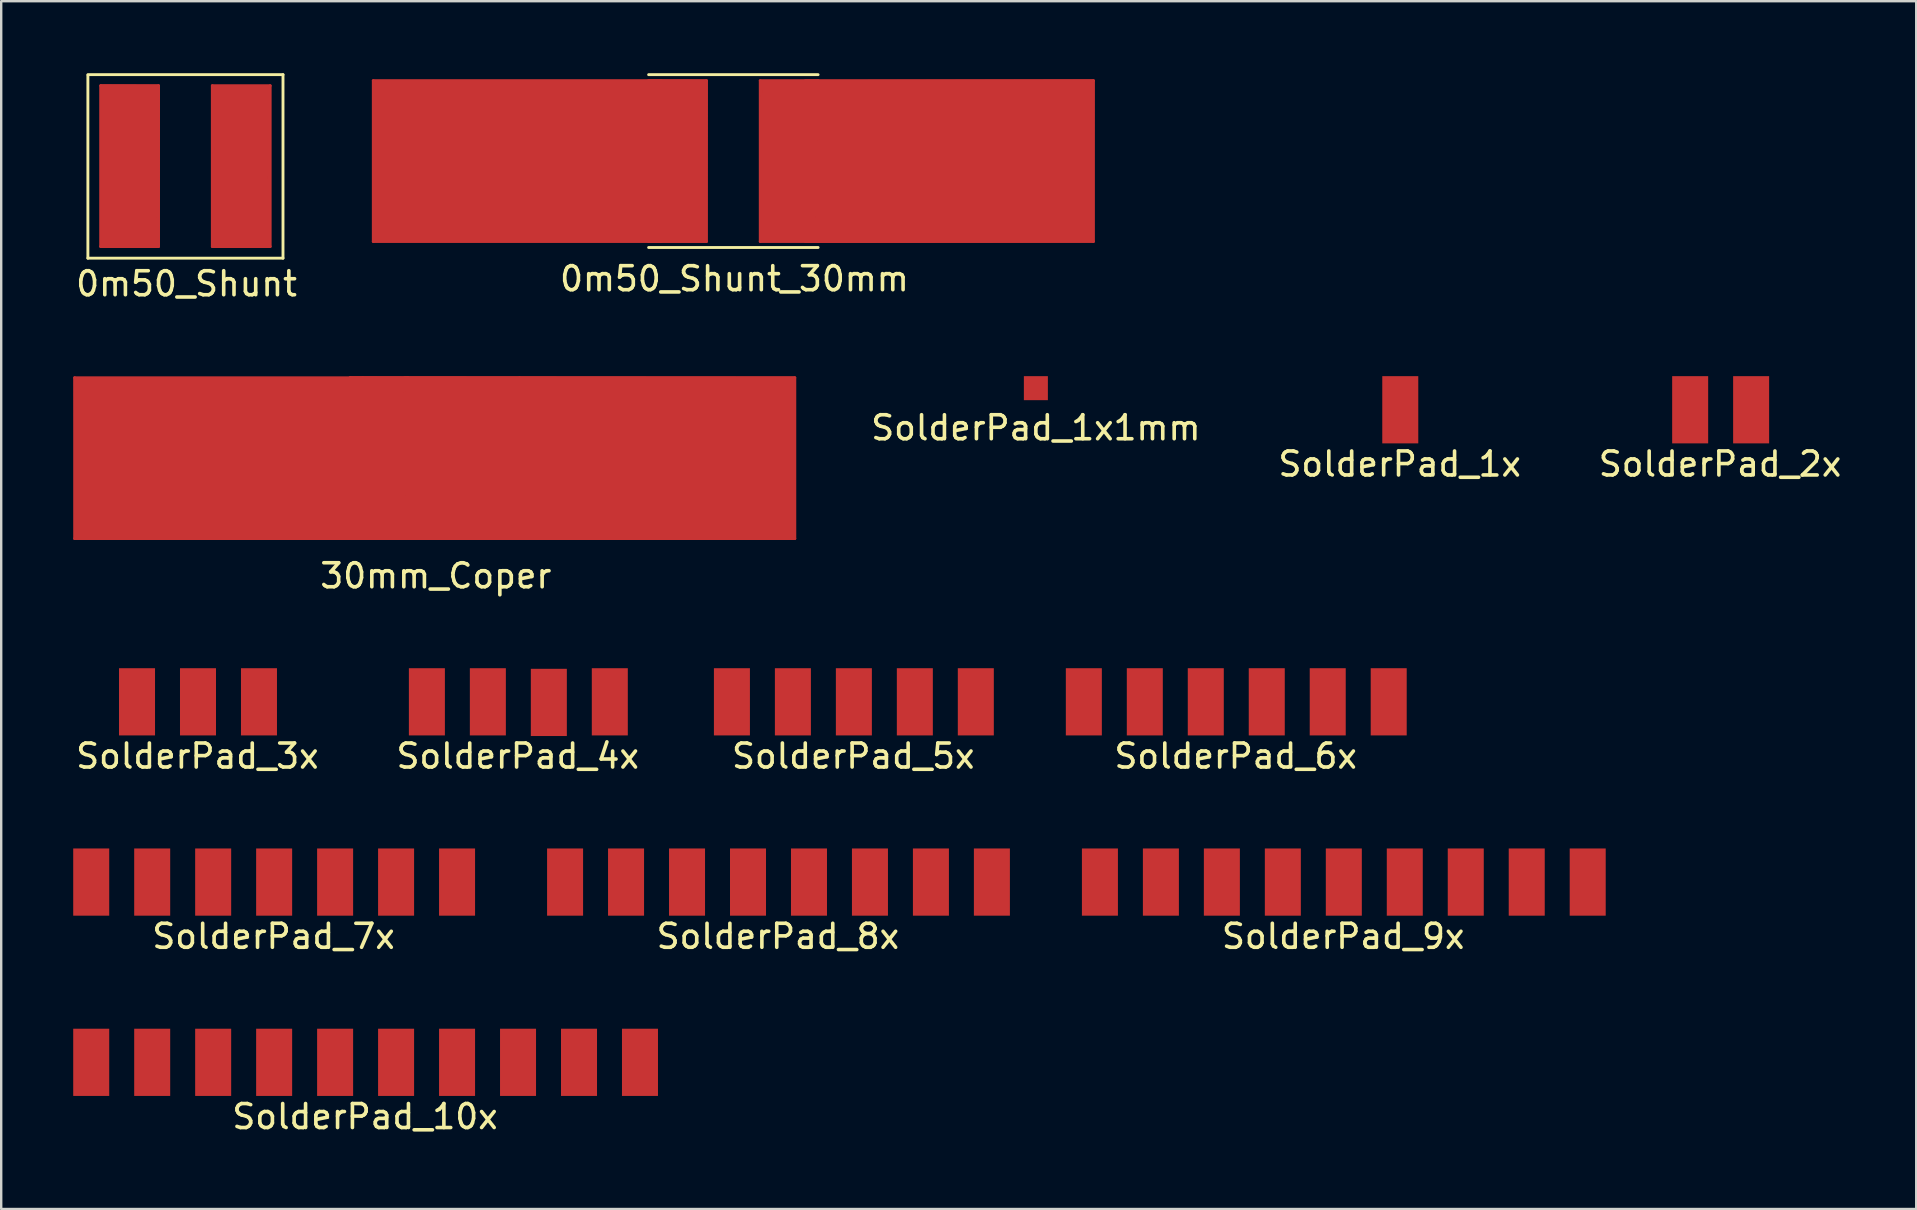
<source format=kicad_pcb>
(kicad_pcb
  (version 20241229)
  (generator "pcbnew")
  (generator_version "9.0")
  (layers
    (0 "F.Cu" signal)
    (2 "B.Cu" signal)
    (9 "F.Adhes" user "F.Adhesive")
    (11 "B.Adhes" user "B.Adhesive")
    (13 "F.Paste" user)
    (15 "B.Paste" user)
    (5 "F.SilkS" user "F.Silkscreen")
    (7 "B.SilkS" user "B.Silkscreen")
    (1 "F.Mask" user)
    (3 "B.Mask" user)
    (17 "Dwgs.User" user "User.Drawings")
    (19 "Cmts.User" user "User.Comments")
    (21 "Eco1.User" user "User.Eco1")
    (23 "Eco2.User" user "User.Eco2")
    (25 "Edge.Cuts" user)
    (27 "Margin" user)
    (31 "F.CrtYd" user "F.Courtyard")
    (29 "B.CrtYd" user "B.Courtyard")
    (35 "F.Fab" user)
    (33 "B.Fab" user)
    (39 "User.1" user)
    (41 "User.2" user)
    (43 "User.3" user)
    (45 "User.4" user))
  (footprint "SolderPad_1x1mm"
    (layer "F.Cu")
    (at 40.102 13.12)
    (property "Reference" "SolderPad_1x1mm" (at 0 1.651 0) (layer "F.SilkS") (effects (font (size 1 1) (thickness 0.15))))
    (attr through_hole)
    (pad "1" smd rect (at 0 0) (size 1 1) (layers "F.Cu" "F.Mask" "F.Paste")))
  (footprint "SolderPad_8x"
    (layer "F.Cu")
    (at 29.38 33.695)
    (property "Reference" "SolderPad_8x" (at -0.025 2.261 0) (layer "F.SilkS") (effects (font (size 1 1) (thickness 0.15))))
    (attr through_hole)
    (pad "1" smd rect (at -8.89 0) (size 1.5 2.8) (layers "F.Cu" "F.Mask" "F.Paste"))
    (pad "2" smd rect (at -6.35 0) (size 1.5 2.8) (layers "F.Cu" "F.Mask" "F.Paste"))
    (pad "3" smd rect (at -3.81 0) (size 1.5 2.8) (layers "F.Cu" "F.Mask" "F.Paste"))
    (pad "4" smd rect (at -1.27 0) (size 1.5 2.8) (layers "F.Cu" "F.Mask" "F.Paste"))
    (pad "5" smd rect (at 1.27 0) (size 1.5 2.8) (layers "F.Cu" "F.Mask" "F.Paste"))
    (pad "6" smd rect (at 3.81 0) (size 1.5 2.8) (layers "F.Cu" "F.Mask" "F.Paste"))
    (pad "7" smd rect (at 6.35 0) (size 1.5 2.8) (layers "F.Cu" "F.Mask" "F.Paste"))
    (pad "8" smd rect (at 8.89 0) (size 1.5 2.8) (layers "F.Cu" "F.Mask" "F.Paste")))
  (footprint "SolderPad_4x"
    (layer "F.Cu")
    (at 18.543 26.186)
    (property "Reference" "SolderPad_4x" (at -0.025 2.261 0) (layer "F.SilkS") (effects (font (size 1 1) (thickness 0.15))))
    (attr through_hole)
    (pad "1" smd rect (at -3.81 0) (size 1.5 2.8) (layers "F.Cu" "F.Mask" "F.Paste"))
    (pad "2" smd rect (at -1.27 0) (size 1.5 2.8) (layers "F.Cu" "F.Mask" "F.Paste"))
    (pad "3" smd rect (at 1.27 0.025) (size 1.5 2.8) (layers "F.Cu" "F.Mask" "F.Paste"))
    (pad "4" smd rect (at 3.81 0) (size 1.5 2.8) (layers "F.Cu" "F.Mask" "F.Paste")))
  (footprint "SolderPad_1x"
    (layer "F.Cu")
    (at 55.282 14.02)
    (property "Reference" "SolderPad_1x" (at -0.025 2.261 0) (layer "F.SilkS") (effects (font (size 1 1) (thickness 0.15))))
    (attr through_hole)
    (pad "1" smd rect (at 0 0) (size 1.5 2.8) (layers "F.Cu" "F.Mask" "F.Paste")))
  (footprint "SolderPad_2x"
    (layer "F.Cu")
    (at 68.628 14.02)
    (property "Reference" "SolderPad_2x" (at -0.025 2.261 0) (layer "F.SilkS") (effects (font (size 1 1) (thickness 0.15))))
    (attr through_hole)
    (pad "1" smd rect (at -1.27 0) (size 1.5 2.8) (layers "F.Cu" "F.Mask" "F.Paste"))
    (pad "2" smd rect (at 1.27 0) (size 1.5 2.8) (layers "F.Cu" "F.Mask" "F.Paste")))
  (footprint "SolderPad_7x"
    (layer "F.Cu")
    (at 8.37 33.695)
    (property "Reference" "SolderPad_7x" (at -0.025 2.261 0) (layer "F.SilkS") (effects (font (size 1 1) (thickness 0.15))))
    (attr through_hole)
    (pad "1" smd rect (at -7.62 0) (size 1.5 2.8) (layers "F.Cu" "F.Mask" "F.Paste"))
    (pad "2" smd rect (at -5.08 0) (size 1.5 2.8) (layers "F.Cu" "F.Mask" "F.Paste"))
    (pad "3" smd rect (at -2.54 0) (size 1.5 2.8) (layers "F.Cu" "F.Mask" "F.Paste"))
    (pad "4" smd rect (at 0 0) (size 1.5 2.8) (layers "F.Cu" "F.Mask" "F.Paste"))
    (pad "5" smd rect (at 2.54 0) (size 1.5 2.8) (layers "F.Cu" "F.Mask" "F.Paste"))
    (pad "6" smd rect (at 5.08 0) (size 1.5 2.8) (layers "F.Cu" "F.Mask" "F.Paste"))
    (pad "7" smd rect (at 7.62 0) (size 1.5 2.8) (layers "F.Cu" "F.Mask" "F.Paste")))
  (footprint "SolderPad_3x"
    (layer "F.Cu")
    (at 5.198 26.186)
    (property "Reference" "SolderPad_3x" (at -0.025 2.261 0) (layer "F.SilkS") (effects (font (size 1 1) (thickness 0.15))))
    (attr through_hole)
    (pad "1" smd rect (at -2.54 0) (size 1.5 2.8) (layers "F.Cu" "F.Mask" "F.Paste"))
    (pad "2" smd rect (at 0 0) (size 1.5 2.8) (layers "F.Cu" "F.Mask" "F.Paste"))
    (pad "3" smd rect (at 2.54 0) (size 1.5 2.8) (layers "F.Cu" "F.Mask" "F.Paste")))
  (footprint "SolderPad_5x"
    (layer "F.Cu")
    (at 32.52 26.186)
    (property "Reference" "SolderPad_5x" (at -0.025 2.261 0) (layer "F.SilkS") (effects (font (size 1 1) (thickness 0.15))))
    (attr through_hole)
    (pad "1" smd rect (at -5.08 0) (size 1.5 2.8) (layers "F.Cu" "F.Mask" "F.Paste"))
    (pad "2" smd rect (at -2.54 0) (size 1.5 2.8) (layers "F.Cu" "F.Mask" "F.Paste"))
    (pad "3" smd rect (at 0 0) (size 1.5 2.8) (layers "F.Cu" "F.Mask" "F.Paste"))
    (pad "4" smd rect (at 2.54 0) (size 1.5 2.8) (layers "F.Cu" "F.Mask" "F.Paste"))
    (pad "5" smd rect (at 5.08 0) (size 1.5 2.8) (layers "F.Cu" "F.Mask" "F.Paste")))
  (footprint "SolderPad_6x"
    (layer "F.Cu")
    (at 48.45 26.186)
    (property "Reference" "SolderPad_6x" (at -0.025 2.261 0) (layer "F.SilkS") (effects (font (size 1 1) (thickness 0.15))))
    (attr through_hole)
    (pad "1" smd rect (at -6.35 0) (size 1.5 2.8) (layers "F.Cu" "F.Mask" "F.Paste"))
    (pad "2" smd rect (at -3.81 0) (size 1.5 2.8) (layers "F.Cu" "F.Mask" "F.Paste"))
    (pad "3" smd rect (at -1.27 0) (size 1.5 2.8) (layers "F.Cu" "F.Mask" "F.Paste"))
    (pad "4" smd rect (at 1.27 0) (size 1.5 2.8) (layers "F.Cu" "F.Mask" "F.Paste"))
    (pad "5" smd rect (at 3.81 0) (size 1.5 2.8) (layers "F.Cu" "F.Mask" "F.Paste"))
    (pad "6" smd rect (at 6.35 0) (size 1.5 2.8) (layers "F.Cu" "F.Mask" "F.Paste")))
  (footprint "SolderPad_9x"
    (layer "F.Cu")
    (at 52.93 33.695)
    (property "Reference" "SolderPad_9x" (at -0.025 2.261 0) (layer "F.SilkS") (effects (font (size 1 1) (thickness 0.15))))
    (attr through_hole)
    (pad "1" smd rect (at -10.16 0) (size 1.5 2.8) (layers "F.Cu" "F.Mask" "F.Paste"))
    (pad "2" smd rect (at -7.62 0) (size 1.5 2.8) (layers "F.Cu" "F.Mask" "F.Paste"))
    (pad "3" smd rect (at -5.08 0) (size 1.5 2.8) (layers "F.Cu" "F.Mask" "F.Paste"))
    (pad "4" smd rect (at -2.54 0) (size 1.5 2.8) (layers "F.Cu" "F.Mask" "F.Paste"))
    (pad "5" smd rect (at 0 0) (size 1.5 2.8) (layers "F.Cu" "F.Mask" "F.Paste"))
    (pad "6" smd rect (at 2.54 0) (size 1.5 2.8) (layers "F.Cu" "F.Mask" "F.Paste"))
    (pad "7" smd rect (at 5.08 0) (size 1.5 2.8) (layers "F.Cu" "F.Mask" "F.Paste"))
    (pad "8" smd rect (at 7.62 0) (size 1.5 2.8) (layers "F.Cu" "F.Mask" "F.Paste"))
    (pad "9" smd rect (at 10.16 0) (size 1.5 2.8) (layers "F.Cu" "F.Mask" "F.Paste")))
  (footprint "0m50_Shunt"
    (layer "F.Cu")
    (at 4.675 3.87)
    (property "Reference" "0m50_Shunt" (at 0.046 4.902 0) (layer "F.SilkS") (effects (font (size 1 1) (thickness 0.15))))
    (attr through_hole)
    (fp_line (start -3.53 -3.35) (end -3.53 3.35) (stroke (width 0.12) (type solid)) (layer "F.Cu"))
    (fp_line (start -3.53 -3.35) (end -1.12 -3.35) (stroke (width 0.12) (type solid)) (layer "F.Cu"))
    (fp_line (start -3.53 3.35) (end -1.12 3.35) (stroke (width 0.12) (type solid)) (layer "F.Cu"))
    (fp_line (start -1.12 -3.35) (end -1.12 3.35) (stroke (width 0.12) (type solid)) (layer "F.Cu"))
    (fp_line (start 1.12 -3.35) (end 1.12 3.35) (stroke (width 0.12) (type solid)) (layer "F.Cu"))
    (fp_line (start 1.12 -3.35) (end 3.53 -3.35) (stroke (width 0.12) (type solid)) (layer "F.Cu"))
    (fp_line (start 1.12 3.35) (end 3.53 3.35) (stroke (width 0.12) (type solid)) (layer "F.Cu"))
    (fp_line (start 3.53 -3.35) (end 3.53 3.35) (stroke (width 0.12) (type solid)) (layer "F.Cu"))
    (fp_poly (pts (xy 3.482 3.302) (xy 1.163 3.302) (xy 1.173 -3.282) (xy 3.47 -3.292)) (stroke (width 0.1) (type solid)) (fill yes) (layer "F.Cu"))
    (fp_poly (pts (xy -1.12 -3.345) (xy -1.153 3.345) (xy -3.526 3.345) (xy -3.515 3.335) (xy -3.515 -3.358)) (stroke (width 0.1) (type solid)) (fill yes) (layer "F.Cu"))
    (fp_line (start -4.064 -3.81) (end 4.064 -3.81) (stroke (width 0.12) (type solid)) (layer "F.SilkS"))
    (fp_line (start -4.064 3.835) (end -4.064 -3.785) (stroke (width 0.12) (type solid)) (layer "F.SilkS"))
    (fp_line (start 4.064 -3.81) (end 4.064 3.835) (stroke (width 0.12) (type solid)) (layer "F.SilkS"))
    (fp_line (start 4.064 3.835) (end -4.064 3.835) (stroke (width 0.12) (type solid)) (layer "F.SilkS"))
    (pad "1" smd rect (at -2.311 -0.127) (size 1.524 1.524) (layers "F.Cu" "F.Mask" "F.Paste"))
    (pad "2" smd rect (at 2.464 -0.025) (size 1.524 1.524) (layers "F.Cu" "F.Mask" "F.Paste")))
  (footprint "SolderPad_10x"
    (layer "F.Cu")
    (at 12.18 41.204)
    (property "Reference" "SolderPad_10x" (at -0.025 2.261 0) (layer "F.SilkS") (effects (font (size 1 1) (thickness 0.15))))
    (attr through_hole)
    (pad "1" smd rect (at -11.43 0) (size 1.5 2.8) (layers "F.Cu" "F.Mask" "F.Paste"))
    (pad "2" smd rect (at -8.89 0) (size 1.5 2.8) (layers "F.Cu" "F.Mask" "F.Paste"))
    (pad "3" smd rect (at -6.35 0) (size 1.5 2.8) (layers "F.Cu" "F.Mask" "F.Paste"))
    (pad "4" smd rect (at -3.81 0) (size 1.5 2.8) (layers "F.Cu" "F.Mask" "F.Paste"))
    (pad "5" smd rect (at -1.27 0) (size 1.5 2.8) (layers "F.Cu" "F.Mask" "F.Paste"))
    (pad "6" smd rect (at 1.27 0) (size 1.5 2.8) (layers "F.Cu" "F.Mask" "F.Paste"))
    (pad "7" smd rect (at 3.81 0) (size 1.5 2.8) (layers "F.Cu" "F.Mask" "F.Paste"))
    (pad "8" smd rect (at 6.35 0) (size 1.5 2.8) (layers "F.Cu" "F.Mask" "F.Paste"))
    (pad "9" smd rect (at 8.89 0) (size 1.5 2.8) (layers "F.Cu" "F.Mask" "F.Paste"))
    (pad "10" smd rect (at 11.43 0) (size 1.5 2.8) (layers "F.Cu" "F.Mask" "F.Paste")))
  (footprint "30mm_Coper"
    (layer "F.Cu")
    (at 15.06 16.036)
    (property "Reference" "30mm_Coper" (at 0.046 4.902 0) (layer "F.SilkS") (effects (font (size 1 1) (thickness 0.15))))
    (attr through_hole)
    (fp_line (start -15 -3.35) (end -15 3.35) (stroke (width 0.12) (type solid)) (layer "F.Cu"))
    (fp_line (start -15 3.35) (end -3 3.35) (stroke (width 0.12) (type solid)) (layer "F.Cu"))
    (fp_line (start -3.53 -3.35) (end -3.53 3.35) (stroke (width 0.12) (type solid)) (layer "F.Cu"))
    (fp_line (start -3.53 -3.35) (end -1.12 -3.35) (stroke (width 0.12) (type solid)) (layer "F.Cu"))
    (fp_line (start -3.53 3.35) (end -1.12 3.35) (stroke (width 0.12) (type solid)) (layer "F.Cu"))
    (fp_line (start -3 -3.35) (end -15 -3.35) (stroke (width 0.12) (type solid)) (layer "F.Cu"))
    (fp_line (start -3 -3.35) (end 15 -3.35) (stroke (width 0.12) (type solid)) (layer "F.Cu"))
    (fp_line (start -3 3.35) (end 15 3.35) (stroke (width 0.12) (type solid)) (layer "F.Cu"))
    (fp_line (start -1.12 -3.35) (end -1.12 3.35) (stroke (width 0.12) (type solid)) (layer "F.Cu"))
    (fp_line (start 3.53 -3.35) (end 3.53 3.35) (stroke (width 0.12) (type solid)) (layer "F.Cu"))
    (fp_line (start 15 -3.35) (end 15 3.35) (stroke (width 0.12) (type solid)) (layer "F.Cu"))
    (fp_poly (pts (xy -3.556 3.327) (xy -14.961 3.327) (xy -14.986 -3.302) (xy -3.556 -3.327)) (stroke (width 0.1) (type solid)) (fill yes) (layer "F.Cu"))
    (fp_poly (pts (xy -1.12 -3.345) (xy -1.153 3.345) (xy -3.526 3.345) (xy -3.515 3.335) (xy -3.515 -3.358)) (stroke (width 0.1) (type solid)) (fill yes) (layer "F.Cu"))
    (fp_poly (pts (xy 14.961 3.327) (xy 3.531 3.353) (xy 3.531 3.378) (xy 3.531 3.353) (xy -1.283 3.315) (xy -1.257 -3.365) (xy 14.986 -3.353)) (stroke (width 0.1) (type solid)) (fill yes) (layer "F.Cu"))
    (pad "1" smd rect (at 0.051 -0.102) (size 1.524 1.524) (layers "F.Cu" "F.Mask" "F.Paste")))
  (footprint "0m50_Shunt_30mm"
    (layer "F.Cu")
    (at 27.5 3.66)
    (property "Reference" "0m50_Shunt_30mm" (at 0.046 4.902 0) (layer "F.SilkS") (effects (font (size 1 1) (thickness 0.15))))
    (attr through_hole)
    (fp_line (start -15 -3.35) (end -15 3.35) (stroke (width 0.12) (type solid)) (layer "F.Cu"))
    (fp_line (start -15 3.35) (end -3 3.35) (stroke (width 0.12) (type solid)) (layer "F.Cu"))
    (fp_line (start -3.53 -3.35) (end -3.53 3.35) (stroke (width 0.12) (type solid)) (layer "F.Cu"))
    (fp_line (start -3.53 -3.35) (end -1.12 -3.35) (stroke (width 0.12) (type solid)) (layer "F.Cu"))
    (fp_line (start -3.53 3.35) (end -1.12 3.35) (stroke (width 0.12) (type solid)) (layer "F.Cu"))
    (fp_line (start -3 -3.35) (end -15 -3.35) (stroke (width 0.12) (type solid)) (layer "F.Cu"))
    (fp_line (start -1.12 -3.35) (end -1.12 3.35) (stroke (width 0.12) (type solid)) (layer "F.Cu"))
    (fp_line (start 1.12 -3.35) (end 1.12 3.35) (stroke (width 0.12) (type solid)) (layer "F.Cu"))
    (fp_line (start 1.12 -3.35) (end 3.53 -3.35) (stroke (width 0.12) (type solid)) (layer "F.Cu"))
    (fp_line (start 1.12 3.35) (end 3.53 3.35) (stroke (width 0.12) (type solid)) (layer "F.Cu"))
    (fp_line (start 3 -3.35) (end 15 -3.35) (stroke (width 0.12) (type solid)) (layer "F.Cu"))
    (fp_line (start 3 3.35) (end 15 3.35) (stroke (width 0.12) (type solid)) (layer "F.Cu"))
    (fp_line (start 3.53 -3.35) (end 3.53 3.35) (stroke (width 0.12) (type solid)) (layer "F.Cu"))
    (fp_line (start 15 -3.35) (end 15 3.35) (stroke (width 0.12) (type solid)) (layer "F.Cu"))
    (fp_poly (pts (xy -3.556 3.327) (xy -14.961 3.327) (xy -14.986 -3.302) (xy -3.556 -3.327)) (stroke (width 0.1) (type solid)) (fill yes) (layer "F.Cu"))
    (fp_poly (pts (xy 3.482 3.302) (xy 1.163 3.302) (xy 1.173 -3.282) (xy 3.47 -3.292)) (stroke (width 0.1) (type solid)) (fill yes) (layer "F.Cu"))
    (fp_poly (pts (xy -1.12 -3.345) (xy -1.153 3.345) (xy -3.526 3.345) (xy -3.515 3.335) (xy -3.515 -3.358)) (stroke (width 0.1) (type solid)) (fill yes) (layer "F.Cu"))
    (fp_poly (pts (xy 14.961 3.327) (xy 3.531 3.353) (xy 3.531 3.378) (xy 3.531 3.353) (xy 3.531 3.353) (xy 3.556 -3.327) (xy 14.986 -3.353)) (stroke (width 0.1) (type solid)) (fill yes) (layer "F.Cu"))
    (fp_line (start -3.53 -3.6) (end 3.53 -3.6) (stroke (width 0.12) (type solid)) (layer "F.SilkS"))
    (fp_line (start -3.53 3.6) (end 3.53 3.6) (stroke (width 0.12) (type solid)) (layer "F.SilkS"))
    (pad "1" smd rect (at -2.311 -0.127) (size 1.524 1.524) (layers "F.Cu" "F.Mask" "F.Paste"))
    (pad "2" smd rect (at 2.464 -0.025) (size 1.524 1.524) (layers "F.Cu" "F.Mask" "F.Paste")))
  (gr_rect
    (start -3 -3)
    (end 76.775 47.313)
    (stroke (width 0.1) (type default))
    (fill no)
    (layer "Edge.Cuts")))
</source>
